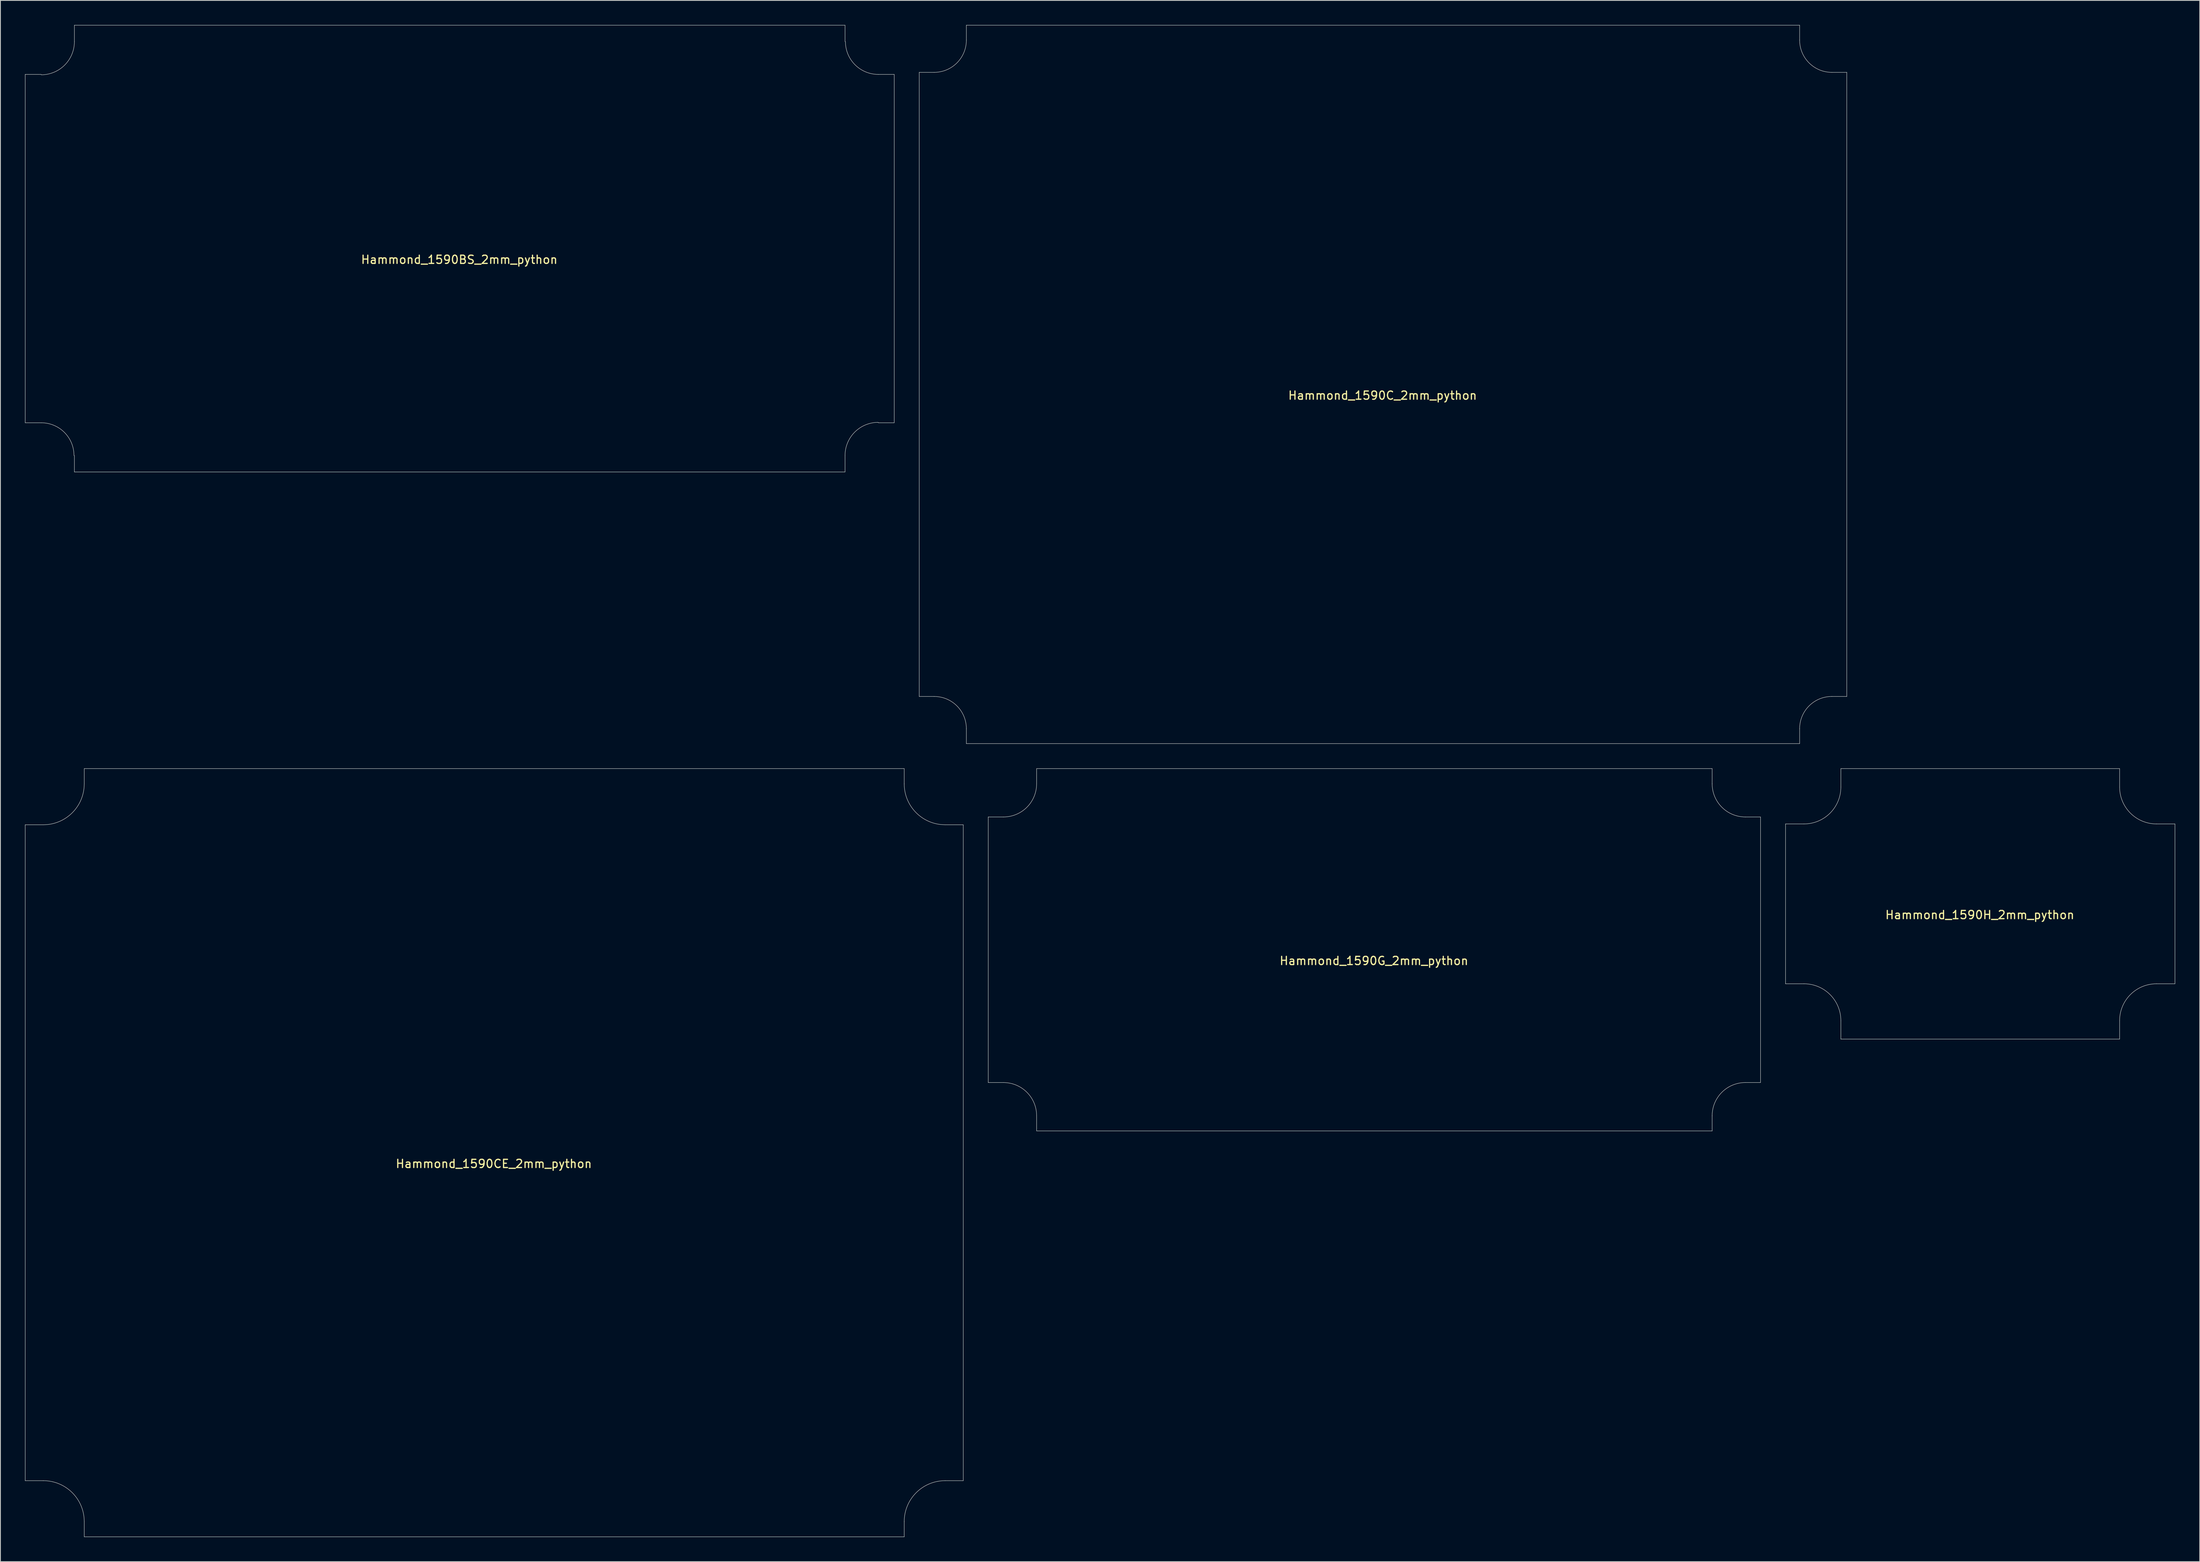
<source format=kicad_pcb>
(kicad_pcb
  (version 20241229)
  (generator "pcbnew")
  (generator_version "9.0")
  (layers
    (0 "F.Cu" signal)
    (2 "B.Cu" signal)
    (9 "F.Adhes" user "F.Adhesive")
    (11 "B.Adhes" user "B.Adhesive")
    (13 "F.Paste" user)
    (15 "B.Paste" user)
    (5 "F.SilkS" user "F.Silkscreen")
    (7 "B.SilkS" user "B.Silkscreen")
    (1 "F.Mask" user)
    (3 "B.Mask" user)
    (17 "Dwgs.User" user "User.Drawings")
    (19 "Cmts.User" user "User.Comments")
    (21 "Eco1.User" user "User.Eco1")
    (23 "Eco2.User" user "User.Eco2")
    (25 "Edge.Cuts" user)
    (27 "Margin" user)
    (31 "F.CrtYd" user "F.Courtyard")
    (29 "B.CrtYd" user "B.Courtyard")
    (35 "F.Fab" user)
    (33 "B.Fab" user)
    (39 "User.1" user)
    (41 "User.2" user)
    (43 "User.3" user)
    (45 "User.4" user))
  (footprint "Hammond_1590G_2mm_python"
    (layer "F.Cu")
    (at 164.595 112.815)
    (property "Reference" "Hammond_1590G_2mm_python" (at -0.05 1.35 0) (layer "F.SilkS") (effects (font (size 1 1) (thickness 0.15))))
    (attr through_hole)
    (fp_line (start -47.1 -16.2) (end -47.1 16.2) (stroke (width 0.05) (type solid)) (layer "Edge.Cuts"))
    (fp_line (start -45.25 -16.2) (end -47.1 -16.2) (stroke (width 0.05) (type solid)) (layer "Edge.Cuts"))
    (fp_line (start -45.25 16.2) (end -47.1 16.2) (stroke (width 0.05) (type solid)) (layer "Edge.Cuts"))
    (fp_line (start -41.2 -22.1) (end 41.2 -22.1) (stroke (width 0.05) (type solid)) (layer "Edge.Cuts"))
    (fp_line (start -41.2 -20.25) (end -41.2 -22.1) (stroke (width 0.05) (type solid)) (layer "Edge.Cuts"))
    (fp_line (start -41.2 20.25) (end -41.2 22.1) (stroke (width 0.05) (type solid)) (layer "Edge.Cuts"))
    (fp_line (start -41.2 22.1) (end 41.2 22.1) (stroke (width 0.05) (type solid)) (layer "Edge.Cuts"))
    (fp_line (start 41.2 -20.25) (end 41.2 -22.1) (stroke (width 0.05) (type solid)) (layer "Edge.Cuts"))
    (fp_line (start 41.2 20.25) (end 41.2 22.1) (stroke (width 0.05) (type solid)) (layer "Edge.Cuts"))
    (fp_line (start 45.25 -16.2) (end 47.1 -16.2) (stroke (width 0.05) (type solid)) (layer "Edge.Cuts"))
    (fp_line (start 45.25 16.2) (end 47.1 16.2) (stroke (width 0.05) (type solid)) (layer "Edge.Cuts"))
    (fp_line (start 47.1 -16.2) (end 47.1 16.2) (stroke (width 0.05) (type solid)) (layer "Edge.Cuts"))
    (fp_arc (start -45.25 16.2) (mid -42.386218 17.386218) (end -41.2 20.25) (stroke (width 0.05) (type solid)) (layer "Edge.Cuts"))
    (fp_arc (start -41.2 -20.25) (mid -42.386218 -17.386218) (end -45.25 -16.2) (stroke (width 0.05) (type solid)) (layer "Edge.Cuts"))
    (fp_arc (start 41.2 20.25) (mid 42.386218 17.386218) (end 45.25 16.2) (stroke (width 0.05) (type solid)) (layer "Edge.Cuts"))
    (fp_arc (start 45.25 -16.2) (mid 42.386218 -17.386218) (end 41.2 -20.25) (stroke (width 0.05) (type solid)) (layer "Edge.Cuts")))
  (footprint "Hammond_1590H_2mm_python"
    (layer "F.Cu")
    (at 238.495 107.215)
    (property "Reference" "Hammond_1590H_2mm_python" (at -0.05 1.35 0) (layer "F.SilkS") (effects (font (size 1 1) (thickness 0.15))))
    (attr through_hole)
    (fp_line (start -23.75 -9.75) (end -23.75 9.75) (stroke (width 0.05) (type solid)) (layer "Edge.Cuts"))
    (fp_line (start -21.5 -9.75) (end -23.75 -9.75) (stroke (width 0.05) (type solid)) (layer "Edge.Cuts"))
    (fp_line (start -21.5 9.75) (end -23.75 9.75) (stroke (width 0.05) (type solid)) (layer "Edge.Cuts"))
    (fp_line (start -17 -16.5) (end 17 -16.5) (stroke (width 0.05) (type solid)) (layer "Edge.Cuts"))
    (fp_line (start -17 -14.25) (end -17 -16.5) (stroke (width 0.05) (type solid)) (layer "Edge.Cuts"))
    (fp_line (start -17 14.25) (end -17 16.5) (stroke (width 0.05) (type solid)) (layer "Edge.Cuts"))
    (fp_line (start -17 16.5) (end 17 16.5) (stroke (width 0.05) (type solid)) (layer "Edge.Cuts"))
    (fp_line (start 17 -14.25) (end 17 -16.5) (stroke (width 0.05) (type solid)) (layer "Edge.Cuts"))
    (fp_line (start 17 14.25) (end 17 16.5) (stroke (width 0.05) (type solid)) (layer "Edge.Cuts"))
    (fp_line (start 21.5 -9.75) (end 23.75 -9.75) (stroke (width 0.05) (type solid)) (layer "Edge.Cuts"))
    (fp_line (start 21.5 9.75) (end 23.75 9.75) (stroke (width 0.05) (type solid)) (layer "Edge.Cuts"))
    (fp_line (start 23.75 -9.75) (end 23.75 9.75) (stroke (width 0.05) (type solid)) (layer "Edge.Cuts"))
    (fp_arc (start -21.5 9.75) (mid -18.318019 11.068019) (end -17 14.25) (stroke (width 0.05) (type solid)) (layer "Edge.Cuts"))
    (fp_arc (start -17 -14.25) (mid -18.318019 -11.068019) (end -21.5 -9.75) (stroke (width 0.05) (type solid)) (layer "Edge.Cuts"))
    (fp_arc (start 17 14.25) (mid 18.318019 11.068019) (end 21.5 9.75) (stroke (width 0.05) (type solid)) (layer "Edge.Cuts"))
    (fp_arc (start 21.5 -9.75) (mid 18.318019 -11.068019) (end 17 -14.25) (stroke (width 0.05) (type solid)) (layer "Edge.Cuts")))
  (footprint "Hammond_1590CE_2mm_python"
    (layer "F.Cu")
    (at 57.235 137.575)
    (property "Reference" "Hammond_1590CE_2mm_python" (at -0.05 1.35 0) (layer "F.SilkS") (effects (font (size 1 1) (thickness 0.15))))
    (attr through_hole)
    (fp_line (start -57.21 -40.01) (end -57.21 40.01) (stroke (width 0.05) (type solid)) (layer "Edge.Cuts"))
    (fp_line (start -55 -40.01) (end -57.21 -40.01) (stroke (width 0.05) (type solid)) (layer "Edge.Cuts"))
    (fp_line (start -55 40.01) (end -57.21 40.01) (stroke (width 0.05) (type solid)) (layer "Edge.Cuts"))
    (fp_line (start -50.01 -46.86) (end 50.01 -46.86) (stroke (width 0.05) (type solid)) (layer "Edge.Cuts"))
    (fp_line (start -50.01 -45) (end -50.01 -46.86) (stroke (width 0.05) (type solid)) (layer "Edge.Cuts"))
    (fp_line (start -50.01 45) (end -50.01 46.86) (stroke (width 0.05) (type solid)) (layer "Edge.Cuts"))
    (fp_line (start -50.01 46.86) (end 50.01 46.86) (stroke (width 0.05) (type solid)) (layer "Edge.Cuts"))
    (fp_line (start 50.01 -45) (end 50.01 -46.86) (stroke (width 0.05) (type solid)) (layer "Edge.Cuts"))
    (fp_line (start 50.01 45) (end 50.01 46.86) (stroke (width 0.05) (type solid)) (layer "Edge.Cuts"))
    (fp_line (start 55 -40.01) (end 57.21 -40.01) (stroke (width 0.05) (type solid)) (layer "Edge.Cuts"))
    (fp_line (start 55 40.01) (end 57.21 40.01) (stroke (width 0.05) (type solid)) (layer "Edge.Cuts"))
    (fp_line (start 57.21 -40.01) (end 57.21 40.01) (stroke (width 0.05) (type solid)) (layer "Edge.Cuts"))
    (fp_arc (start -55 40.01) (mid -51.471537 41.471537) (end -50.01 45) (stroke (width 0.05) (type solid)) (layer "Edge.Cuts"))
    (fp_arc (start -50.01 -45) (mid -51.471537 -41.471537) (end -55 -40.01) (stroke (width 0.05) (type solid)) (layer "Edge.Cuts"))
    (fp_arc (start 50.01 45) (mid 51.471537 41.471537) (end 55 40.01) (stroke (width 0.05) (type solid)) (layer "Edge.Cuts"))
    (fp_arc (start 55 -40.01) (mid 51.471537 -41.471537) (end 50.01 -45) (stroke (width 0.05) (type solid)) (layer "Edge.Cuts")))
  (footprint "Hammond_1590C_2mm_python"
    (layer "F.Cu")
    (at 165.645 43.845)
    (property "Reference" "Hammond_1590C_2mm_python" (at -0.05 1.35 0) (layer "F.SilkS") (effects (font (size 1 1) (thickness 0.15))))
    (attr through_hole)
    (fp_line (start -56.57 -38.07) (end -56.57 38.07) (stroke (width 0.05) (type solid)) (layer "Edge.Cuts"))
    (fp_line (start -54.75 -38.07) (end -56.57 -38.07) (stroke (width 0.05) (type solid)) (layer "Edge.Cuts"))
    (fp_line (start -54.75 38.07) (end -56.57 38.07) (stroke (width 0.05) (type solid)) (layer "Edge.Cuts"))
    (fp_line (start -50.82 -43.82) (end 50.82 -43.82) (stroke (width 0.05) (type solid)) (layer "Edge.Cuts"))
    (fp_line (start -50.82 -42) (end -50.82 -43.82) (stroke (width 0.05) (type solid)) (layer "Edge.Cuts"))
    (fp_line (start -50.82 42) (end -50.82 43.82) (stroke (width 0.05) (type solid)) (layer "Edge.Cuts"))
    (fp_line (start -50.82 43.82) (end 50.82 43.82) (stroke (width 0.05) (type solid)) (layer "Edge.Cuts"))
    (fp_line (start 50.82 -42) (end 50.82 -43.82) (stroke (width 0.05) (type solid)) (layer "Edge.Cuts"))
    (fp_line (start 50.82 42) (end 50.82 43.82) (stroke (width 0.05) (type solid)) (layer "Edge.Cuts"))
    (fp_line (start 54.75 -38.07) (end 56.57 -38.07) (stroke (width 0.05) (type solid)) (layer "Edge.Cuts"))
    (fp_line (start 54.75 38.07) (end 56.57 38.07) (stroke (width 0.05) (type solid)) (layer "Edge.Cuts"))
    (fp_line (start 56.57 -38.07) (end 56.57 38.07) (stroke (width 0.05) (type solid)) (layer "Edge.Cuts"))
    (fp_arc (start -54.75 38.07) (mid -51.97107 39.22107) (end -50.82 42) (stroke (width 0.05) (type solid)) (layer "Edge.Cuts"))
    (fp_arc (start -50.82 -42) (mid -51.97107 -39.22107) (end -54.75 -38.07) (stroke (width 0.05) (type solid)) (layer "Edge.Cuts"))
    (fp_arc (start 50.82 42) (mid 51.97107 39.22107) (end 54.75 38.07) (stroke (width 0.05) (type solid)) (layer "Edge.Cuts"))
    (fp_arc (start 54.75 -38.07) (mid 51.97107 -39.22107) (end 50.82 -42) (stroke (width 0.05) (type solid)) (layer "Edge.Cuts")))
  (footprint "Hammond_1590BS_2mm_python"
    (layer "F.Cu")
    (at 53.025 27.275)
    (property "Reference" "Hammond_1590BS_2mm_python" (at -0.05 1.35 0) (layer "F.SilkS") (effects (font (size 1 1) (thickness 0.15))))
    (attr through_hole)
    (fp_line (start -53 -21.25) (end -53 21.25) (stroke (width 0.05) (type solid)) (layer "Edge.Cuts"))
    (fp_line (start -51.05 -21.25) (end -53 -21.25) (stroke (width 0.05) (type solid)) (layer "Edge.Cuts"))
    (fp_line (start -51.05 21.25) (end -53 21.25) (stroke (width 0.05) (type solid)) (layer "Edge.Cuts"))
    (fp_line (start -47 -27.25) (end 47 -27.25) (stroke (width 0.05) (type solid)) (layer "Edge.Cuts"))
    (fp_line (start -47 -25.25) (end -47 -27.25) (stroke (width 0.05) (type solid)) (layer "Edge.Cuts"))
    (fp_line (start -47 25.25) (end -47 27.25) (stroke (width 0.05) (type solid)) (layer "Edge.Cuts"))
    (fp_line (start -47 27.25) (end 47 27.25) (stroke (width 0.05) (type solid)) (layer "Edge.Cuts"))
    (fp_line (start 47 -25.25) (end 47 -27.25) (stroke (width 0.05) (type solid)) (layer "Edge.Cuts"))
    (fp_line (start 47 25.25) (end 47 27.25) (stroke (width 0.05) (type solid)) (layer "Edge.Cuts"))
    (fp_line (start 51.05 -21.25) (end 53 -21.25) (stroke (width 0.05) (type solid)) (layer "Edge.Cuts"))
    (fp_line (start 51.05 21.25) (end 53 21.25) (stroke (width 0.05) (type solid)) (layer "Edge.Cuts"))
    (fp_line (start 53 -21.25) (end 53 21.25) (stroke (width 0.05) (type solid)) (layer "Edge.Cuts"))
    (fp_arc (start -51.05 21.25) (mid -48.221573 22.421573) (end -47.05 25.25) (stroke (width 0.05) (type solid)) (layer "Edge.Cuts"))
    (fp_arc (start -47 -25.25) (mid -48.186218 -22.386218) (end -51.05 -21.2) (stroke (width 0.05) (type solid)) (layer "Edge.Cuts"))
    (fp_arc (start 47 25.25) (mid 48.186218 22.386218) (end 51.05 21.2) (stroke (width 0.05) (type solid)) (layer "Edge.Cuts"))
    (fp_arc (start 51.05 -21.25) (mid 48.221573 -22.421573) (end 47.05 -25.25) (stroke (width 0.05) (type solid)) (layer "Edge.Cuts")))
  (gr_rect
    (start -3 -3)
    (end 265.27 187.46)
    (stroke (width 0.1) (type default))
    (fill no)
    (layer "Edge.Cuts")))
</source>
